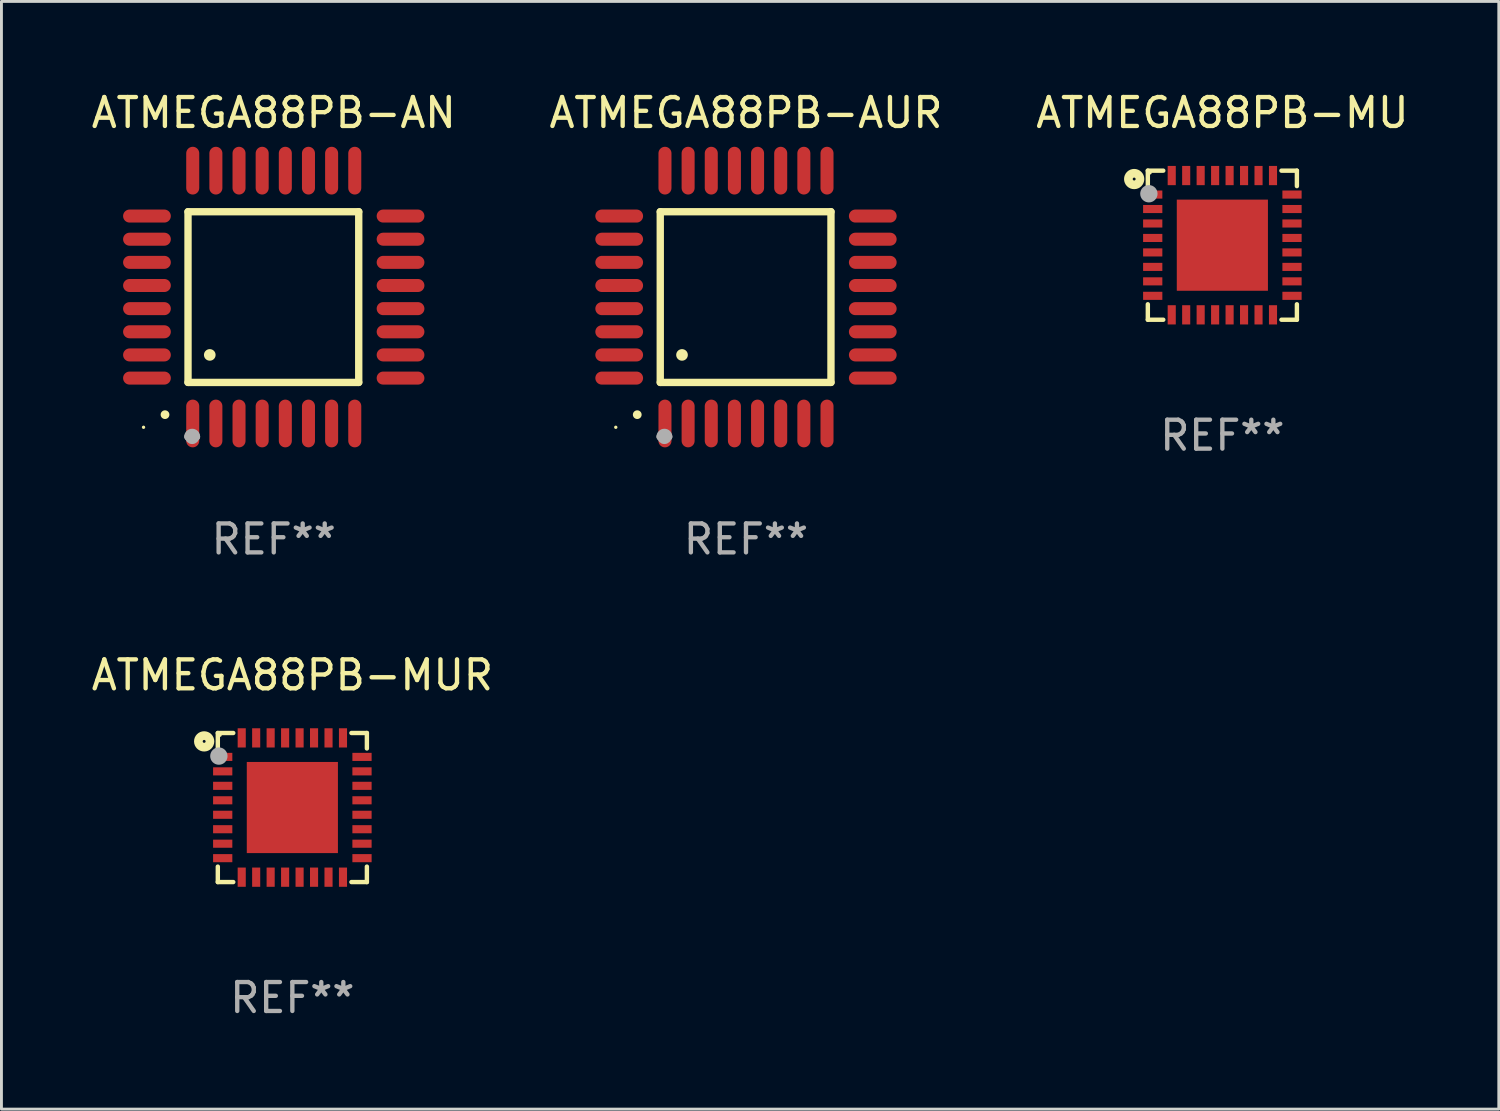
<source format=kicad_pcb>
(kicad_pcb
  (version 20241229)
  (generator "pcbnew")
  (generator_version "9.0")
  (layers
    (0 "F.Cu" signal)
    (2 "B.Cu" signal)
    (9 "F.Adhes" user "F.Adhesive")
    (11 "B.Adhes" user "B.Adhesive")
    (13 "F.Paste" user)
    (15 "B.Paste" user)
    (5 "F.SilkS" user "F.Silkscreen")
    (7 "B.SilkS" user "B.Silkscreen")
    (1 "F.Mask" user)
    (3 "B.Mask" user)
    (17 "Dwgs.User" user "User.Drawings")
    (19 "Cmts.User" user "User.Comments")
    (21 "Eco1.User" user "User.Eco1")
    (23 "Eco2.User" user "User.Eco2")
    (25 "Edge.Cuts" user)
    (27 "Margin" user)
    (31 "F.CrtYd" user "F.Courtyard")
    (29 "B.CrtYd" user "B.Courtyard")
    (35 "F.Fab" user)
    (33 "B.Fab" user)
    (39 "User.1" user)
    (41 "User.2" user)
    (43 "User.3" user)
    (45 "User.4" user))
  (footprint "ATMEGA88PB-AN"
    (layer "F.Cu")
    (at 6.411 7.217)
    (property "Reference" "ATMEGA88PB-AN" (at 0 -6.369 0) (layer "F.SilkS") (effects (font (size 1 1) (thickness 0.15))))
    (attr through_hole)
    (fp_line (start -2.963 -2.95) (end -2.963 2.95) (stroke (width 0.254) (type solid)) (layer "F.SilkS"))
    (fp_line (start -2.963 2.95) (end 2.937 2.95) (stroke (width 0.254) (type solid)) (layer "F.SilkS"))
    (fp_line (start 2.937 -2.95) (end -2.963 -2.95) (stroke (width 0.254) (type solid)) (layer "F.SilkS"))
    (fp_line (start 2.937 2.95) (end 2.937 -2.95) (stroke (width 0.254) (type solid)) (layer "F.SilkS"))
    (fp_arc (start -3.759208 4.064008) (mid -3.757938 4.064003) (end -3.756668 4.064008) (stroke (width 0.3) (type solid)) (layer "F.SilkS"))
    (fp_arc (start -2.212344 1.998984) (mid -2.211074 1.99898) (end -2.209804 1.998984) (stroke (width 0.4) (type solid)) (layer "F.SilkS"))
    (fp_circle (center -4.5 4.5) (end -4.47 4.5) (stroke (width 0.06) (type solid)) (fill no) (layer "F.SilkS"))
    (fp_arc (start -2.967489 4.82601) (mid -2.819406 4.677927) (end -2.671323 4.82601) (stroke (width 0.254001) (type solid)) (layer "F.Fab"))
    (fp_arc (start -2.967488 4.82601) (mid -2.819406 4.791053) (end -2.671324 4.82601) (stroke (width 0.254001) (type solid)) (layer "F.Fab"))
    (fp_circle (center -2.819 4.826) (end -2.692 4.826) (stroke (width 0.254) (type solid)) (fill no) (layer "F.Fab"))
    (fp_text user "REF**" (at 0 8.369 0) (layer "F.Fab") (effects (font (size 1 1) (thickness 0.15))))
    (pad "1" smd oval (at -2.8 4.369) (size 0.45 1.65) (layers "F.Cu" "F.Mask" "F.Paste"))
    (pad "2" smd oval (at -2 4.369) (size 0.45 1.65) (layers "F.Cu" "F.Mask" "F.Paste"))
    (pad "3" smd oval (at -1.2 4.369) (size 0.45 1.65) (layers "F.Cu" "F.Mask" "F.Paste"))
    (pad "4" smd oval (at -0.4 4.369) (size 0.45 1.65) (layers "F.Cu" "F.Mask" "F.Paste"))
    (pad "5" smd oval (at 0.4 4.369) (size 0.45 1.65) (layers "F.Cu" "F.Mask" "F.Paste"))
    (pad "6" smd oval (at 1.2 4.369) (size 0.45 1.65) (layers "F.Cu" "F.Mask" "F.Paste"))
    (pad "7" smd oval (at 2 4.369) (size 0.45 1.65) (layers "F.Cu" "F.Mask" "F.Paste"))
    (pad "8" smd oval (at 2.8 4.369) (size 0.45 1.65) (layers "F.Cu" "F.Mask" "F.Paste"))
    (pad "9" smd oval (at 4.382 2.8) (size 1.65 0.45) (layers "F.Cu" "F.Mask" "F.Paste"))
    (pad "10" smd oval (at 4.382 2) (size 1.65 0.45) (layers "F.Cu" "F.Mask" "F.Paste"))
    (pad "11" smd oval (at 4.382 1.2) (size 1.65 0.45) (layers "F.Cu" "F.Mask" "F.Paste"))
    (pad "12" smd oval (at 4.382 0.4) (size 1.65 0.45) (layers "F.Cu" "F.Mask" "F.Paste"))
    (pad "13" smd oval (at 4.382 -0.4) (size 1.65 0.45) (layers "F.Cu" "F.Mask" "F.Paste"))
    (pad "14" smd oval (at 4.382 -1.2) (size 1.65 0.45) (layers "F.Cu" "F.Mask" "F.Paste"))
    (pad "15" smd oval (at 4.382 -2) (size 1.65 0.45) (layers "F.Cu" "F.Mask" "F.Paste"))
    (pad "16" smd oval (at 4.382 -2.8) (size 1.65 0.45) (layers "F.Cu" "F.Mask" "F.Paste"))
    (pad "17" smd oval (at 2.8 -4.369) (size 0.45 1.65) (layers "F.Cu" "F.Mask" "F.Paste"))
    (pad "18" smd oval (at 2 -4.369) (size 0.45 1.65) (layers "F.Cu" "F.Mask" "F.Paste"))
    (pad "19" smd oval (at 1.2 -4.369) (size 0.45 1.65) (layers "F.Cu" "F.Mask" "F.Paste"))
    (pad "20" smd oval (at 0.4 -4.369) (size 0.45 1.65) (layers "F.Cu" "F.Mask" "F.Paste"))
    (pad "21" smd oval (at -0.4 -4.369) (size 0.45 1.65) (layers "F.Cu" "F.Mask" "F.Paste"))
    (pad "22" smd oval (at -1.2 -4.369) (size 0.45 1.65) (layers "F.Cu" "F.Mask" "F.Paste"))
    (pad "23" smd oval (at -2 -4.369) (size 0.45 1.65) (layers "F.Cu" "F.Mask" "F.Paste"))
    (pad "24" smd oval (at -2.8 -4.369) (size 0.45 1.65) (layers "F.Cu" "F.Mask" "F.Paste"))
    (pad "25" smd oval (at -4.382 -2.8) (size 1.65 0.45) (layers "F.Cu" "F.Mask" "F.Paste"))
    (pad "26" smd oval (at -4.382 -2) (size 1.65 0.45) (layers "F.Cu" "F.Mask" "F.Paste"))
    (pad "27" smd oval (at -4.382 -1.2) (size 1.65 0.45) (layers "F.Cu" "F.Mask" "F.Paste"))
    (pad "28" smd oval (at -4.382 -0.4) (size 1.65 0.45) (layers "F.Cu" "F.Mask" "F.Paste"))
    (pad "29" smd oval (at -4.382 0.4) (size 1.65 0.45) (layers "F.Cu" "F.Mask" "F.Paste"))
    (pad "30" smd oval (at -4.382 1.2) (size 1.65 0.45) (layers "F.Cu" "F.Mask" "F.Paste"))
    (pad "31" smd oval (at -4.382 2) (size 1.65 0.45) (layers "F.Cu" "F.Mask" "F.Paste"))
    (pad "32" smd oval (at -4.382 2.8) (size 1.65 0.45) (layers "F.Cu" "F.Mask" "F.Paste")))
  (footprint "ATMEGA88PB-MUR"
    (layer "F.Cu")
    (at 7.054 24.859)
    (property "Reference" "ATMEGA88PB-MUR" (at 0 -4.576 0) (layer "F.SilkS") (effects (font (size 1 1) (thickness 0.15))))
    (attr through_hole)
    (fp_line (start -2.576 -2.576) (end -2.042 -2.576) (stroke (width 0.152) (type solid)) (layer "F.SilkS"))
    (fp_line (start -2.576 -2.042) (end -2.576 -2.576) (stroke (width 0.152) (type solid)) (layer "F.SilkS"))
    (fp_line (start -2.576 2.042) (end -2.576 2.576) (stroke (width 0.152) (type solid)) (layer "F.SilkS"))
    (fp_line (start -2.576 2.576) (end -2.042 2.576) (stroke (width 0.152) (type solid)) (layer "F.SilkS"))
    (fp_line (start 2.576 -2.576) (end 2.042 -2.576) (stroke (width 0.152) (type solid)) (layer "F.SilkS"))
    (fp_line (start 2.576 -2.042) (end 2.576 -2.576) (stroke (width 0.152) (type solid)) (layer "F.SilkS"))
    (fp_line (start 2.576 2.042) (end 2.576 2.576) (stroke (width 0.152) (type solid)) (layer "F.SilkS"))
    (fp_line (start 2.576 2.576) (end 2.042 2.576) (stroke (width 0.152) (type solid)) (layer "F.SilkS"))
    (fp_circle (center -3.048 -2.286) (end -2.848 -2.286) (stroke (width 0.3) (type solid)) (fill no) (layer "F.SilkS"))
    (fp_circle (center -2.5 -2.5) (end -2.47 -2.5) (stroke (width 0.06) (type solid)) (fill no) (layer "F.SilkS"))
    (fp_circle (center -2.54 -1.778) (end -2.39 -1.778) (stroke (width 0.3) (type solid)) (fill no) (layer "F.Fab"))
    (fp_text user "REF**" (at 0 6.576 0) (layer "F.Fab") (effects (font (size 1 1) (thickness 0.15))))
    (pad "1" smd rect (at -2.407 -1.75) (size 0.665 0.28) (layers "F.Cu" "F.Mask" "F.Paste"))
    (pad "2" smd rect (at -2.407 -1.25) (size 0.665 0.28) (layers "F.Cu" "F.Mask" "F.Paste"))
    (pad "3" smd rect (at -2.407 -0.75) (size 0.665 0.28) (layers "F.Cu" "F.Mask" "F.Paste"))
    (pad "4" smd rect (at -2.407 -0.25) (size 0.665 0.28) (layers "F.Cu" "F.Mask" "F.Paste"))
    (pad "5" smd rect (at -2.407 0.25) (size 0.665 0.28) (layers "F.Cu" "F.Mask" "F.Paste"))
    (pad "6" smd rect (at -2.407 0.75) (size 0.665 0.28) (layers "F.Cu" "F.Mask" "F.Paste"))
    (pad "7" smd rect (at -2.407 1.25) (size 0.665 0.28) (layers "F.Cu" "F.Mask" "F.Paste"))
    (pad "8" smd rect (at -2.407 1.75) (size 0.665 0.28) (layers "F.Cu" "F.Mask" "F.Paste"))
    (pad "9" smd rect (at -1.75 2.407) (size 0.28 0.665) (layers "F.Cu" "F.Mask" "F.Paste"))
    (pad "10" smd rect (at -1.25 2.407) (size 0.28 0.665) (layers "F.Cu" "F.Mask" "F.Paste"))
    (pad "11" smd rect (at -0.75 2.407) (size 0.28 0.665) (layers "F.Cu" "F.Mask" "F.Paste"))
    (pad "12" smd rect (at -0.25 2.407) (size 0.28 0.665) (layers "F.Cu" "F.Mask" "F.Paste"))
    (pad "13" smd rect (at 0.25 2.407) (size 0.28 0.665) (layers "F.Cu" "F.Mask" "F.Paste"))
    (pad "14" smd rect (at 0.75 2.407) (size 0.28 0.665) (layers "F.Cu" "F.Mask" "F.Paste"))
    (pad "15" smd rect (at 1.25 2.407) (size 0.28 0.665) (layers "F.Cu" "F.Mask" "F.Paste"))
    (pad "16" smd rect (at 1.75 2.407) (size 0.28 0.665) (layers "F.Cu" "F.Mask" "F.Paste"))
    (pad "17" smd rect (at 2.407 1.75) (size 0.665 0.28) (layers "F.Cu" "F.Mask" "F.Paste"))
    (pad "18" smd rect (at 2.407 1.25) (size 0.665 0.28) (layers "F.Cu" "F.Mask" "F.Paste"))
    (pad "19" smd rect (at 2.407 0.75) (size 0.665 0.28) (layers "F.Cu" "F.Mask" "F.Paste"))
    (pad "20" smd rect (at 2.407 0.25) (size 0.665 0.28) (layers "F.Cu" "F.Mask" "F.Paste"))
    (pad "21" smd rect (at 2.407 -0.25) (size 0.665 0.28) (layers "F.Cu" "F.Mask" "F.Paste"))
    (pad "22" smd rect (at 2.407 -0.75) (size 0.665 0.28) (layers "F.Cu" "F.Mask" "F.Paste"))
    (pad "23" smd rect (at 2.407 -1.25) (size 0.665 0.28) (layers "F.Cu" "F.Mask" "F.Paste"))
    (pad "24" smd rect (at 2.407 -1.75) (size 0.665 0.28) (layers "F.Cu" "F.Mask" "F.Paste"))
    (pad "25" smd rect (at 1.75 -2.407) (size 0.28 0.665) (layers "F.Cu" "F.Mask" "F.Paste"))
    (pad "26" smd rect (at 1.25 -2.407) (size 0.28 0.665) (layers "F.Cu" "F.Mask" "F.Paste"))
    (pad "27" smd rect (at 0.75 -2.407) (size 0.28 0.665) (layers "F.Cu" "F.Mask" "F.Paste"))
    (pad "28" smd rect (at 0.25 -2.407) (size 0.28 0.665) (layers "F.Cu" "F.Mask" "F.Paste"))
    (pad "29" smd rect (at -0.25 -2.407) (size 0.28 0.665) (layers "F.Cu" "F.Mask" "F.Paste"))
    (pad "30" smd rect (at -0.75 -2.407) (size 0.28 0.665) (layers "F.Cu" "F.Mask" "F.Paste"))
    (pad "31" smd rect (at -1.25 -2.407) (size 0.28 0.665) (layers "F.Cu" "F.Mask" "F.Paste"))
    (pad "32" smd rect (at -1.75 -2.407) (size 0.28 0.665) (layers "F.Cu" "F.Mask" "F.Paste"))
    (pad "33" smd rect (at 0 0) (size 3.15 3.15) (layers "F.Cu" "F.Mask" "F.Paste")))
  (footprint "ATMEGA88PB-MU"
    (layer "F.Cu")
    (at 39.196 5.424)
    (property "Reference" "ATMEGA88PB-MU" (at 0 -4.576 0) (layer "F.SilkS") (effects (font (size 1 1) (thickness 0.15))))
    (attr through_hole)
    (fp_line (start -2.576 -2.576) (end -2.042 -2.576) (stroke (width 0.152) (type solid)) (layer "F.SilkS"))
    (fp_line (start -2.576 -2.042) (end -2.576 -2.576) (stroke (width 0.152) (type solid)) (layer "F.SilkS"))
    (fp_line (start -2.576 2.042) (end -2.576 2.576) (stroke (width 0.152) (type solid)) (layer "F.SilkS"))
    (fp_line (start -2.576 2.576) (end -2.042 2.576) (stroke (width 0.152) (type solid)) (layer "F.SilkS"))
    (fp_line (start 2.576 -2.576) (end 2.042 -2.576) (stroke (width 0.152) (type solid)) (layer "F.SilkS"))
    (fp_line (start 2.576 -2.042) (end 2.576 -2.576) (stroke (width 0.152) (type solid)) (layer "F.SilkS"))
    (fp_line (start 2.576 2.042) (end 2.576 2.576) (stroke (width 0.152) (type solid)) (layer "F.SilkS"))
    (fp_line (start 2.576 2.576) (end 2.042 2.576) (stroke (width 0.152) (type solid)) (layer "F.SilkS"))
    (fp_circle (center -3.048 -2.286) (end -2.848 -2.286) (stroke (width 0.3) (type solid)) (fill no) (layer "F.SilkS"))
    (fp_circle (center -2.5 -2.5) (end -2.47 -2.5) (stroke (width 0.06) (type solid)) (fill no) (layer "F.SilkS"))
    (fp_circle (center -2.54 -1.778) (end -2.39 -1.778) (stroke (width 0.3) (type solid)) (fill no) (layer "F.Fab"))
    (fp_text user "REF**" (at 0 6.576 0) (layer "F.Fab") (effects (font (size 1 1) (thickness 0.15))))
    (pad "1" smd rect (at -2.407 -1.75) (size 0.665 0.28) (layers "F.Cu" "F.Mask" "F.Paste"))
    (pad "2" smd rect (at -2.407 -1.25) (size 0.665 0.28) (layers "F.Cu" "F.Mask" "F.Paste"))
    (pad "3" smd rect (at -2.407 -0.75) (size 0.665 0.28) (layers "F.Cu" "F.Mask" "F.Paste"))
    (pad "4" smd rect (at -2.407 -0.25) (size 0.665 0.28) (layers "F.Cu" "F.Mask" "F.Paste"))
    (pad "5" smd rect (at -2.407 0.25) (size 0.665 0.28) (layers "F.Cu" "F.Mask" "F.Paste"))
    (pad "6" smd rect (at -2.407 0.75) (size 0.665 0.28) (layers "F.Cu" "F.Mask" "F.Paste"))
    (pad "7" smd rect (at -2.407 1.25) (size 0.665 0.28) (layers "F.Cu" "F.Mask" "F.Paste"))
    (pad "8" smd rect (at -2.407 1.75) (size 0.665 0.28) (layers "F.Cu" "F.Mask" "F.Paste"))
    (pad "9" smd rect (at -1.75 2.407) (size 0.28 0.665) (layers "F.Cu" "F.Mask" "F.Paste"))
    (pad "10" smd rect (at -1.25 2.407) (size 0.28 0.665) (layers "F.Cu" "F.Mask" "F.Paste"))
    (pad "11" smd rect (at -0.75 2.407) (size 0.28 0.665) (layers "F.Cu" "F.Mask" "F.Paste"))
    (pad "12" smd rect (at -0.25 2.407) (size 0.28 0.665) (layers "F.Cu" "F.Mask" "F.Paste"))
    (pad "13" smd rect (at 0.25 2.407) (size 0.28 0.665) (layers "F.Cu" "F.Mask" "F.Paste"))
    (pad "14" smd rect (at 0.75 2.407) (size 0.28 0.665) (layers "F.Cu" "F.Mask" "F.Paste"))
    (pad "15" smd rect (at 1.25 2.407) (size 0.28 0.665) (layers "F.Cu" "F.Mask" "F.Paste"))
    (pad "16" smd rect (at 1.75 2.407) (size 0.28 0.665) (layers "F.Cu" "F.Mask" "F.Paste"))
    (pad "17" smd rect (at 2.407 1.75) (size 0.665 0.28) (layers "F.Cu" "F.Mask" "F.Paste"))
    (pad "18" smd rect (at 2.407 1.25) (size 0.665 0.28) (layers "F.Cu" "F.Mask" "F.Paste"))
    (pad "19" smd rect (at 2.407 0.75) (size 0.665 0.28) (layers "F.Cu" "F.Mask" "F.Paste"))
    (pad "20" smd rect (at 2.407 0.25) (size 0.665 0.28) (layers "F.Cu" "F.Mask" "F.Paste"))
    (pad "21" smd rect (at 2.407 -0.25) (size 0.665 0.28) (layers "F.Cu" "F.Mask" "F.Paste"))
    (pad "22" smd rect (at 2.407 -0.75) (size 0.665 0.28) (layers "F.Cu" "F.Mask" "F.Paste"))
    (pad "23" smd rect (at 2.407 -1.25) (size 0.665 0.28) (layers "F.Cu" "F.Mask" "F.Paste"))
    (pad "24" smd rect (at 2.407 -1.75) (size 0.665 0.28) (layers "F.Cu" "F.Mask" "F.Paste"))
    (pad "25" smd rect (at 1.75 -2.407) (size 0.28 0.665) (layers "F.Cu" "F.Mask" "F.Paste"))
    (pad "26" smd rect (at 1.25 -2.407) (size 0.28 0.665) (layers "F.Cu" "F.Mask" "F.Paste"))
    (pad "27" smd rect (at 0.75 -2.407) (size 0.28 0.665) (layers "F.Cu" "F.Mask" "F.Paste"))
    (pad "28" smd rect (at 0.25 -2.407) (size 0.28 0.665) (layers "F.Cu" "F.Mask" "F.Paste"))
    (pad "29" smd rect (at -0.25 -2.407) (size 0.28 0.665) (layers "F.Cu" "F.Mask" "F.Paste"))
    (pad "30" smd rect (at -0.75 -2.407) (size 0.28 0.665) (layers "F.Cu" "F.Mask" "F.Paste"))
    (pad "31" smd rect (at -1.25 -2.407) (size 0.28 0.665) (layers "F.Cu" "F.Mask" "F.Paste"))
    (pad "32" smd rect (at -1.75 -2.407) (size 0.28 0.665) (layers "F.Cu" "F.Mask" "F.Paste"))
    (pad "33" smd rect (at 0 0) (size 3.15 3.15) (layers "F.Cu" "F.Mask" "F.Paste")))
  (footprint "ATMEGA88PB-AUR"
    (layer "F.Cu")
    (at 22.732 7.217)
    (property "Reference" "ATMEGA88PB-AUR" (at 0 -6.369 0) (layer "F.SilkS") (effects (font (size 1 1) (thickness 0.15))))
    (attr through_hole)
    (fp_line (start -2.963 -2.95) (end -2.963 2.95) (stroke (width 0.254) (type solid)) (layer "F.SilkS"))
    (fp_line (start -2.963 2.95) (end 2.937 2.95) (stroke (width 0.254) (type solid)) (layer "F.SilkS"))
    (fp_line (start 2.937 -2.95) (end -2.963 -2.95) (stroke (width 0.254) (type solid)) (layer "F.SilkS"))
    (fp_line (start 2.937 2.95) (end 2.937 -2.95) (stroke (width 0.254) (type solid)) (layer "F.SilkS"))
    (fp_arc (start -3.759208 4.064008) (mid -3.757938 4.064003) (end -3.756668 4.064008) (stroke (width 0.3) (type solid)) (layer "F.SilkS"))
    (fp_arc (start -2.212344 1.998984) (mid -2.211074 1.99898) (end -2.209804 1.998984) (stroke (width 0.4) (type solid)) (layer "F.SilkS"))
    (fp_circle (center -4.5 4.5) (end -4.47 4.5) (stroke (width 0.06) (type solid)) (fill no) (layer "F.SilkS"))
    (fp_arc (start -2.967489 4.82601) (mid -2.819406 4.677927) (end -2.671323 4.82601) (stroke (width 0.254001) (type solid)) (layer "F.Fab"))
    (fp_arc (start -2.967488 4.82601) (mid -2.819406 4.791053) (end -2.671324 4.82601) (stroke (width 0.254001) (type solid)) (layer "F.Fab"))
    (fp_circle (center -2.819 4.826) (end -2.692 4.826) (stroke (width 0.254) (type solid)) (fill no) (layer "F.Fab"))
    (fp_text user "REF**" (at 0 8.369 0) (layer "F.Fab") (effects (font (size 1 1) (thickness 0.15))))
    (pad "1" smd oval (at -2.8 4.369) (size 0.45 1.65) (layers "F.Cu" "F.Mask" "F.Paste"))
    (pad "2" smd oval (at -2 4.369) (size 0.45 1.65) (layers "F.Cu" "F.Mask" "F.Paste"))
    (pad "3" smd oval (at -1.2 4.369) (size 0.45 1.65) (layers "F.Cu" "F.Mask" "F.Paste"))
    (pad "4" smd oval (at -0.4 4.369) (size 0.45 1.65) (layers "F.Cu" "F.Mask" "F.Paste"))
    (pad "5" smd oval (at 0.4 4.369) (size 0.45 1.65) (layers "F.Cu" "F.Mask" "F.Paste"))
    (pad "6" smd oval (at 1.2 4.369) (size 0.45 1.65) (layers "F.Cu" "F.Mask" "F.Paste"))
    (pad "7" smd oval (at 2 4.369) (size 0.45 1.65) (layers "F.Cu" "F.Mask" "F.Paste"))
    (pad "8" smd oval (at 2.8 4.369) (size 0.45 1.65) (layers "F.Cu" "F.Mask" "F.Paste"))
    (pad "9" smd oval (at 4.382 2.8) (size 1.65 0.45) (layers "F.Cu" "F.Mask" "F.Paste"))
    (pad "10" smd oval (at 4.382 2) (size 1.65 0.45) (layers "F.Cu" "F.Mask" "F.Paste"))
    (pad "11" smd oval (at 4.382 1.2) (size 1.65 0.45) (layers "F.Cu" "F.Mask" "F.Paste"))
    (pad "12" smd oval (at 4.382 0.4) (size 1.65 0.45) (layers "F.Cu" "F.Mask" "F.Paste"))
    (pad "13" smd oval (at 4.382 -0.4) (size 1.65 0.45) (layers "F.Cu" "F.Mask" "F.Paste"))
    (pad "14" smd oval (at 4.382 -1.2) (size 1.65 0.45) (layers "F.Cu" "F.Mask" "F.Paste"))
    (pad "15" smd oval (at 4.382 -2) (size 1.65 0.45) (layers "F.Cu" "F.Mask" "F.Paste"))
    (pad "16" smd oval (at 4.382 -2.8) (size 1.65 0.45) (layers "F.Cu" "F.Mask" "F.Paste"))
    (pad "17" smd oval (at 2.8 -4.369) (size 0.45 1.65) (layers "F.Cu" "F.Mask" "F.Paste"))
    (pad "18" smd oval (at 2 -4.369) (size 0.45 1.65) (layers "F.Cu" "F.Mask" "F.Paste"))
    (pad "19" smd oval (at 1.2 -4.369) (size 0.45 1.65) (layers "F.Cu" "F.Mask" "F.Paste"))
    (pad "20" smd oval (at 0.4 -4.369) (size 0.45 1.65) (layers "F.Cu" "F.Mask" "F.Paste"))
    (pad "21" smd oval (at -0.4 -4.369) (size 0.45 1.65) (layers "F.Cu" "F.Mask" "F.Paste"))
    (pad "22" smd oval (at -1.2 -4.369) (size 0.45 1.65) (layers "F.Cu" "F.Mask" "F.Paste"))
    (pad "23" smd oval (at -2 -4.369) (size 0.45 1.65) (layers "F.Cu" "F.Mask" "F.Paste"))
    (pad "24" smd oval (at -2.8 -4.369) (size 0.45 1.65) (layers "F.Cu" "F.Mask" "F.Paste"))
    (pad "25" smd oval (at -4.382 -2.8) (size 1.65 0.45) (layers "F.Cu" "F.Mask" "F.Paste"))
    (pad "26" smd oval (at -4.382 -2) (size 1.65 0.45) (layers "F.Cu" "F.Mask" "F.Paste"))
    (pad "27" smd oval (at -4.382 -1.2) (size 1.65 0.45) (layers "F.Cu" "F.Mask" "F.Paste"))
    (pad "28" smd oval (at -4.382 -0.4) (size 1.65 0.45) (layers "F.Cu" "F.Mask" "F.Paste"))
    (pad "29" smd oval (at -4.382 0.4) (size 1.65 0.45) (layers "F.Cu" "F.Mask" "F.Paste"))
    (pad "30" smd oval (at -4.382 1.2) (size 1.65 0.45) (layers "F.Cu" "F.Mask" "F.Paste"))
    (pad "31" smd oval (at -4.382 2) (size 1.65 0.45) (layers "F.Cu" "F.Mask" "F.Paste"))
    (pad "32" smd oval (at -4.382 2.8) (size 1.65 0.45) (layers "F.Cu" "F.Mask" "F.Paste")))
  (gr_rect
    (start -3 -3)
    (end 48.75 35.283)
    (stroke (width 0.1) (type default))
    (fill no)
    (layer "Edge.Cuts")))
</source>
